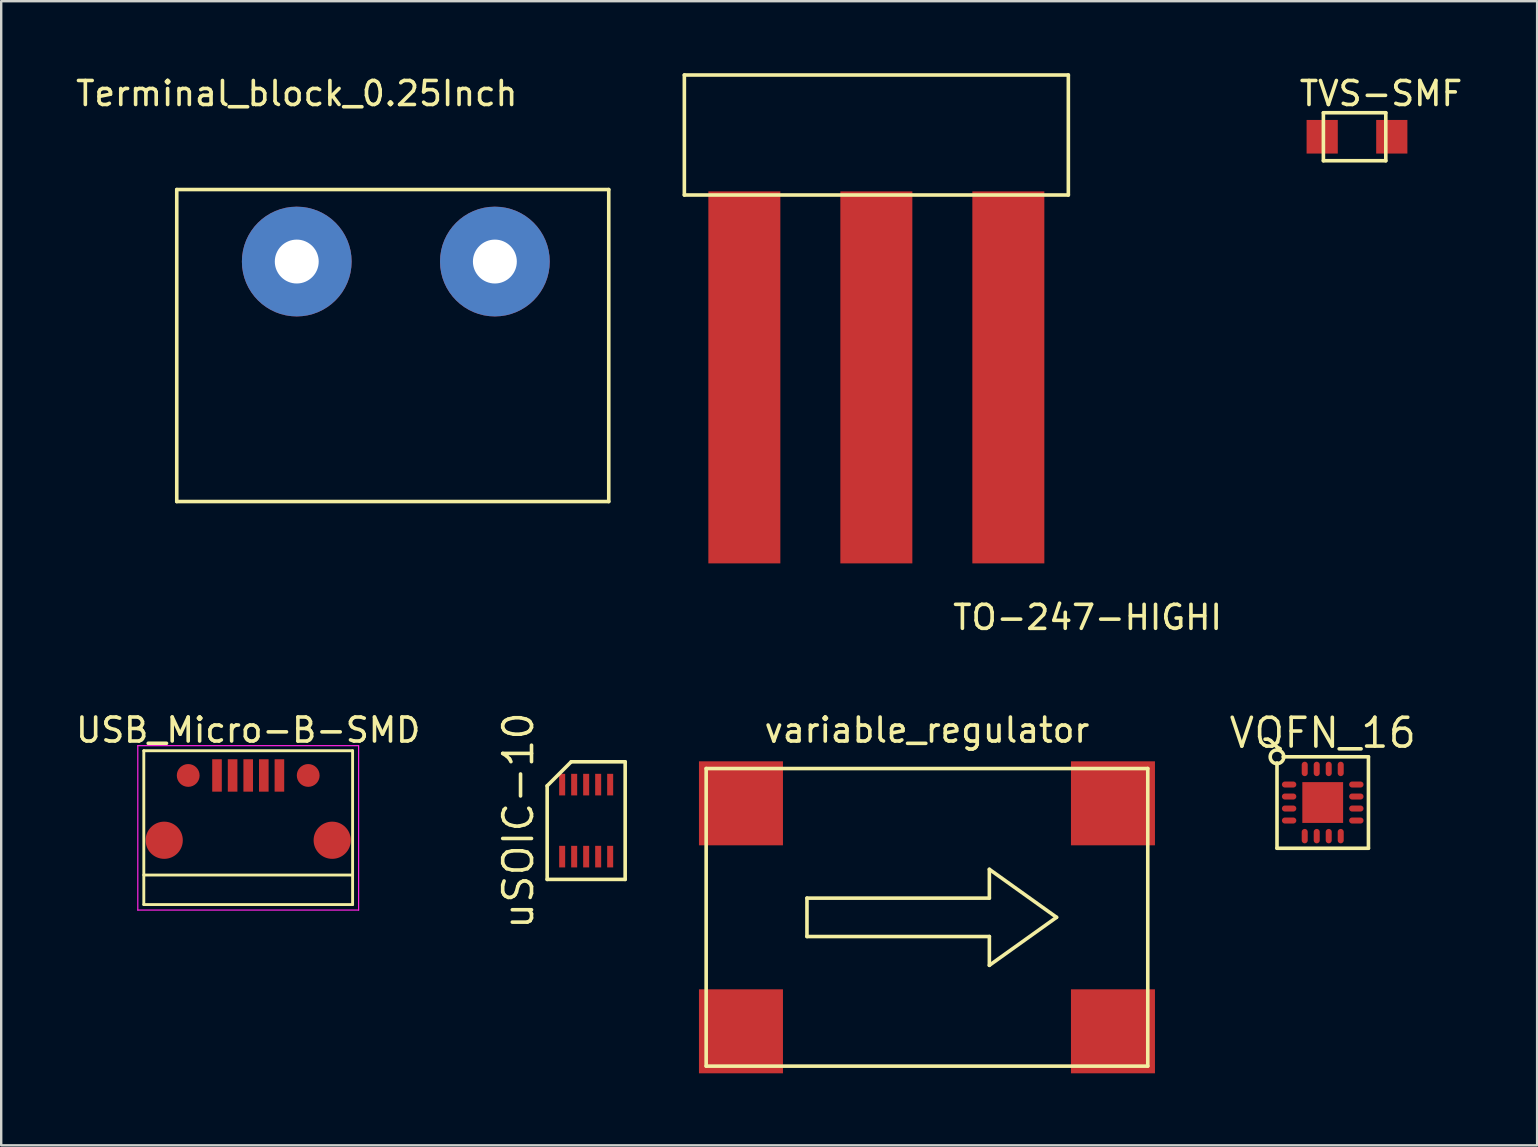
<source format=kicad_pcb>
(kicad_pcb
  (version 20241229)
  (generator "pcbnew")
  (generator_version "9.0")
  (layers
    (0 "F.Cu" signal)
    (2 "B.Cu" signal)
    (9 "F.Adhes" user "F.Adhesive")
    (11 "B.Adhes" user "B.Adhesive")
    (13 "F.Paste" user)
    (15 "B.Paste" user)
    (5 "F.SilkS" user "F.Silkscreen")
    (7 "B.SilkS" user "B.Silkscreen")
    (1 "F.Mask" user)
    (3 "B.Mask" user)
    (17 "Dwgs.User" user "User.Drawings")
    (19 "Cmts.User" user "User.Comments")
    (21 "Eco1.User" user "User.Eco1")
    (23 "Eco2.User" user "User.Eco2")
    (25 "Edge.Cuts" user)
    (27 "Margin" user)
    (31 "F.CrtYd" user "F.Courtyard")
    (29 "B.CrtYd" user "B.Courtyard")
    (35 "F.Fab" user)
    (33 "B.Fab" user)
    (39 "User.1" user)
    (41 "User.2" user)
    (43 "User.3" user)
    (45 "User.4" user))
  (footprint "TO-247-HIGHI"
    (layer "F.Cu")
    (at 33.465 12.675)
    (property "Reference" "TO-247-HIGHI" (at 8.8 10 0) (layer "F.SilkS") (effects (font (size 1 1) (thickness 0.15))))
    (attr through_hole)
    (fp_line (start -8 -12.6) (end -8 -7.6) (stroke (width 0.15) (type solid)) (layer "F.SilkS"))
    (fp_line (start -8 -7.6) (end 8 -7.6) (stroke (width 0.15) (type solid)) (layer "F.SilkS"))
    (fp_line (start 8 -12.6) (end -8 -12.6) (stroke (width 0.15) (type solid)) (layer "F.SilkS"))
    (fp_line (start 8 -7.6) (end 8 -12.6) (stroke (width 0.15) (type solid)) (layer "F.SilkS"))
    (pad "1" smd rect (at -5.5 0) (size 3 15.5) (layers "F.Cu" "F.Mask" "F.Paste"))
    (pad "2" smd rect (at 0 0) (size 3 15.5) (layers "F.Cu" "F.Mask" "F.Paste"))
    (pad "3" smd rect (at 5.5 0) (size 3 15.5) (layers "F.Cu" "F.Mask" "F.Paste")))
  (footprint "variable_regulator"
    (layer "F.Cu")
    (at 35.574 35.172)
    (property "Reference" "variable_regulator" (at 0 -7.8 0) (layer "F.SilkS") (effects (font (size 1 1) (thickness 0.15))))
    (attr through_hole)
    (fp_line (start -9.2 -6.2) (end 9.2 -6.2) (stroke (width 0.15) (type solid)) (layer "F.SilkS"))
    (fp_line (start -9.2 6.2) (end -9.2 -6.2) (stroke (width 0.15) (type solid)) (layer "F.SilkS"))
    (fp_line (start -5 -0.8) (end 2.6 -0.8) (stroke (width 0.15) (type solid)) (layer "F.SilkS"))
    (fp_line (start -5 0.8) (end -5 -0.8) (stroke (width 0.15) (type solid)) (layer "F.SilkS"))
    (fp_line (start 2.6 -2) (end 5.4 0) (stroke (width 0.15) (type solid)) (layer "F.SilkS"))
    (fp_line (start 2.6 -0.8) (end 2.6 -2) (stroke (width 0.15) (type solid)) (layer "F.SilkS"))
    (fp_line (start 2.6 0.8) (end -5 0.8) (stroke (width 0.15) (type solid)) (layer "F.SilkS"))
    (fp_line (start 2.6 2) (end 2.6 0.8) (stroke (width 0.15) (type solid)) (layer "F.SilkS"))
    (fp_line (start 5.4 0) (end 2.6 2) (stroke (width 0.15) (type solid)) (layer "F.SilkS"))
    (fp_line (start 9.2 -6.2) (end 9.2 6.2) (stroke (width 0.15) (type solid)) (layer "F.SilkS"))
    (fp_line (start 9.2 6.2) (end -9.2 6.2) (stroke (width 0.15) (type solid)) (layer "F.SilkS"))
    (pad "1" smd rect (at -7.75 -4.75) (size 3.5 3.5) (layers "F.Cu" "F.Mask" "F.Paste"))
    (pad "2" smd rect (at -7.75 4.75) (size 3.5 3.5) (layers "F.Cu" "F.Mask" "F.Paste"))
    (pad "3" smd rect (at 7.75 4.75) (size 3.5 3.5) (layers "F.Cu" "F.Mask" "F.Paste"))
    (pad "4" smd rect (at 7.75 -4.75) (size 3.5 3.5) (layers "F.Cu" "F.Mask" "F.Paste")))
  (footprint "uSOIC-10"
    (layer "F.Cu")
    (at 21.374 31.143)
    (property "Reference" "uSOIC-10" (at -2.825 0 90) (layer "F.SilkS") (effects (font (size 1.2 1.2) (thickness 0.15))))
    (attr through_hole)
    (fp_line (start -1.625 -1.45) (end -1.625 2.45) (stroke (width 0.15) (type solid)) (layer "F.SilkS"))
    (fp_line (start -1.625 2.45) (end 1.625 2.45) (stroke (width 0.15) (type solid)) (layer "F.SilkS"))
    (fp_line (start -0.625 -2.45) (end -1.625 -1.45) (stroke (width 0.15) (type solid)) (layer "F.SilkS"))
    (fp_line (start 1.625 -2.45) (end -0.625 -2.45) (stroke (width 0.15) (type solid)) (layer "F.SilkS"))
    (fp_line (start 1.625 2.45) (end 1.625 -2.45) (stroke (width 0.15) (type solid)) (layer "F.SilkS"))
    (pad "1" smd rect (at -1 1.5) (size 0.25 0.9) (layers "F.Cu" "F.Mask" "F.Paste"))
    (pad "2" smd rect (at -0.5 1.5) (size 0.25 0.9) (layers "F.Cu" "F.Mask" "F.Paste"))
    (pad "3" smd rect (at 0 1.5) (size 0.25 0.9) (layers "F.Cu" "F.Mask" "F.Paste"))
    (pad "4" smd rect (at 0.5 1.5) (size 0.25 0.9) (layers "F.Cu" "F.Mask" "F.Paste"))
    (pad "5" smd rect (at 1 1.5) (size 0.25 0.9) (layers "F.Cu" "F.Mask" "F.Paste"))
    (pad "6" smd rect (at 1 -1.5) (size 0.25 0.9) (layers "F.Cu" "F.Mask" "F.Paste"))
    (pad "7" smd rect (at 0.5 -1.5) (size 0.25 0.9) (layers "F.Cu" "F.Mask" "F.Paste"))
    (pad "8" smd rect (at 0 -1.5) (size 0.25 0.9) (layers "F.Cu" "F.Mask" "F.Paste"))
    (pad "9" smd rect (at -0.5 -1.5) (size 0.25 0.9) (layers "F.Cu" "F.Mask" "F.Paste"))
    (pad "10" smd rect (at -1 -1.5) (size 0.25 0.9) (layers "F.Cu" "F.Mask" "F.Paste")))
  (footprint "USB_Micro-B-SMD"
    (layer "F.Cu")
    (at 7.292 30.611)
    (property "Reference" "USB_Micro-B-SMD" (at 0 -3.24 0) (layer "F.SilkS") (effects (font (size 1 1) (thickness 0.15))))
    (attr smd)
    (fp_line (start -4.35 -2.38) (end 4.35 -2.38) (stroke (width 0.12) (type solid)) (layer "F.SilkS"))
    (fp_line (start -4.35 4.03) (end -4.35 -2.38) (stroke (width 0.12) (type solid)) (layer "F.SilkS"))
    (fp_line (start -4.35 4.03) (end 4.35 4.03) (stroke (width 0.12) (type solid)) (layer "F.SilkS"))
    (fp_line (start 4.35 -2.38) (end 4.35 4.03) (stroke (width 0.12) (type solid)) (layer "F.SilkS"))
    (fp_line (start 4.35 2.8) (end -4.35 2.8) (stroke (width 0.12) (type solid)) (layer "F.SilkS"))
    (fp_line (start -4.6 -2.59) (end 4.6 -2.59) (stroke (width 0.05) (type solid)) (layer "F.CrtYd"))
    (fp_line (start -4.6 4.26) (end -4.6 -2.59) (stroke (width 0.05) (type solid)) (layer "F.CrtYd"))
    (fp_line (start 4.6 -2.59) (end 4.6 4.26) (stroke (width 0.05) (type solid)) (layer "F.CrtYd"))
    (fp_line (start 4.6 4.26) (end -4.6 4.26) (stroke (width 0.05) (type solid)) (layer "F.CrtYd"))
    (pad "1" smd rect (at -1.3 -1.35 90) (size 1.35 0.4) (layers "F.Cu" "F.Mask" "F.Paste"))
    (pad "2" smd rect (at -0.65 -1.35 90) (size 1.35 0.4) (layers "F.Cu" "F.Mask" "F.Paste"))
    (pad "3" smd rect (at 0 -1.35 90) (size 1.35 0.4) (layers "F.Cu" "F.Mask" "F.Paste"))
    (pad "4" smd rect (at 0.65 -1.35 90) (size 1.35 0.4) (layers "F.Cu" "F.Mask" "F.Paste"))
    (pad "5" smd rect (at 1.3 -1.35 90) (size 1.35 0.4) (layers "F.Cu" "F.Mask" "F.Paste"))
    (pad "6" smd circle (at -3.5 1.35 90) (size 1.55 1.55) (layers "F.Cu" "F.Mask" "F.Paste"))
    (pad "6" smd circle (at -2.5 -1.35 90) (size 0.95 0.95) (layers "F.Cu" "F.Mask" "F.Paste"))
    (pad "6" smd circle (at 2.5 -1.35 90) (size 0.95 0.95) (layers "F.Cu" "F.Mask" "F.Paste"))
    (pad "6" smd circle (at 3.5 1.35 90) (size 1.55 1.55) (layers "F.Cu" "F.Mask" "F.Paste")))
  (footprint "VQFN_16"
    (layer "F.Cu")
    (at 52.064 30.389)
    (property "Reference" "VQFN_16" (at 0 -2.9 0) (layer "F.SilkS") (effects (font (size 1.2 1.2) (thickness 0.15))))
    (attr through_hole)
    (fp_line (start -1.905 1.905) (end -1.905 -1.651) (stroke (width 0.15) (type solid)) (layer "F.SilkS"))
    (fp_line (start -1.651 -1.905) (end 1.905 -1.905) (stroke (width 0.15) (type solid)) (layer "F.SilkS"))
    (fp_line (start 1.905 -1.905) (end 1.905 1.905) (stroke (width 0.15) (type solid)) (layer "F.SilkS"))
    (fp_line (start 1.905 1.905) (end -1.905 1.905) (stroke (width 0.15) (type solid)) (layer "F.SilkS"))
    (fp_circle (center -1.905 -1.905) (end -1.778 -1.651) (stroke (width 0.15) (type solid)) (fill no) (layer "F.SilkS"))
    (pad "1" smd oval (at -1.4 -0.75 90) (size 0.25 0.6) (layers "F.Cu" "F.Mask" "F.Paste"))
    (pad "2" smd oval (at -1.4 -0.25 90) (size 0.25 0.6) (layers "F.Cu" "F.Mask" "F.Paste"))
    (pad "3" smd oval (at -1.4 0.25 90) (size 0.25 0.6) (layers "F.Cu" "F.Mask" "F.Paste"))
    (pad "4" smd oval (at -1.4 0.75 90) (size 0.25 0.6) (layers "F.Cu" "F.Mask" "F.Paste"))
    (pad "5" smd oval (at -0.75 1.4) (size 0.25 0.6) (layers "F.Cu" "F.Mask" "F.Paste"))
    (pad "6" smd oval (at -0.25 1.4) (size 0.25 0.6) (layers "F.Cu" "F.Mask" "F.Paste"))
    (pad "7" smd oval (at 0.25 1.4) (size 0.25 0.6) (layers "F.Cu" "F.Mask" "F.Paste"))
    (pad "8" smd oval (at 0.75 1.4) (size 0.25 0.6) (layers "F.Cu" "F.Mask" "F.Paste"))
    (pad "9" smd oval (at 1.4 0.75 90) (size 0.25 0.6) (layers "F.Cu" "F.Mask" "F.Paste"))
    (pad "10" smd oval (at 1.4 0.25 90) (size 0.25 0.6) (layers "F.Cu" "F.Mask" "F.Paste"))
    (pad "11" smd oval (at 1.4 -0.25 90) (size 0.25 0.6) (layers "F.Cu" "F.Mask" "F.Paste"))
    (pad "12" smd oval (at 1.4 -0.75 90) (size 0.25 0.6) (layers "F.Cu" "F.Mask" "F.Paste"))
    (pad "13" smd oval (at 0.75 -1.4) (size 0.25 0.6) (layers "F.Cu" "F.Mask" "F.Paste"))
    (pad "14" smd oval (at 0.25 -1.4) (size 0.25 0.6) (layers "F.Cu" "F.Mask" "F.Paste"))
    (pad "15" smd oval (at -0.25 -1.4) (size 0.25 0.6) (layers "F.Cu" "F.Mask" "F.Paste"))
    (pad "16" smd oval (at -0.75 -1.4) (size 0.25 0.6) (layers "F.Cu" "F.Mask" "F.Paste"))
    (pad "17" smd rect (at 0 0) (size 1.7 1.7) (layers "F.Cu" "F.Mask" "F.Paste")))
  (footprint "Terminal_block_0.25Inch"
    (layer "F.Cu")
    (at 9.315 7.848)
    (property "Reference" "Terminal_block_0.25Inch" (at 0 -7 0) (layer "F.SilkS") (effects (font (size 1 1) (thickness 0.15))))
    (attr through_hole)
    (fp_line (start -5 -3) (end 13 -3) (stroke (width 0.15) (type solid)) (layer "F.SilkS"))
    (fp_line (start -5 10) (end -5 -3) (stroke (width 0.15) (type solid)) (layer "F.SilkS"))
    (fp_line (start 13 -3) (end 13 10) (stroke (width 0.15) (type solid)) (layer "F.SilkS"))
    (fp_line (start 13 10) (end -5 10) (stroke (width 0.15) (type solid)) (layer "F.SilkS"))
    (pad "1" thru_hole circle (at 0 0) (size 4.572 4.572) (drill 1.829) (layers "*.Cu" "*.Mask"))
    (pad "2" thru_hole circle (at 8.255 0) (size 4.572 4.572) (drill 1.829) (layers "*.Cu" "*.Mask")))
  (footprint "TVS-SMF"
    (layer "F.Cu")
    (at 53.492 2.648)
    (property "Reference" "TVS-SMF" (at 1 -1.8 0) (layer "F.SilkS") (effects (font (size 1 1) (thickness 0.15))))
    (attr through_hole)
    (fp_line (start -1.4 -1) (end 1.2 -1) (stroke (width 0.15) (type solid)) (layer "F.SilkS"))
    (fp_line (start -1.4 1) (end -1.4 -1) (stroke (width 0.15) (type solid)) (layer "F.SilkS"))
    (fp_line (start 1.2 -1) (end 1.2 1) (stroke (width 0.15) (type solid)) (layer "F.SilkS"))
    (fp_line (start 1.2 1) (end -1.4 1) (stroke (width 0.15) (type solid)) (layer "F.SilkS"))
    (pad "1" smd rect (at -1.45 0) (size 1.3 1.4) (layers "F.Cu" "F.Mask" "F.Paste"))
    (pad "2" smd rect (at 1.45 0) (size 1.3 1.4) (layers "F.Cu" "F.Mask" "F.Paste")))
  (gr_rect
    (start -3 -3)
    (end 60.998 44.672)
    (stroke (width 0.1) (type default))
    (fill no)
    (layer "Edge.Cuts")))
</source>
